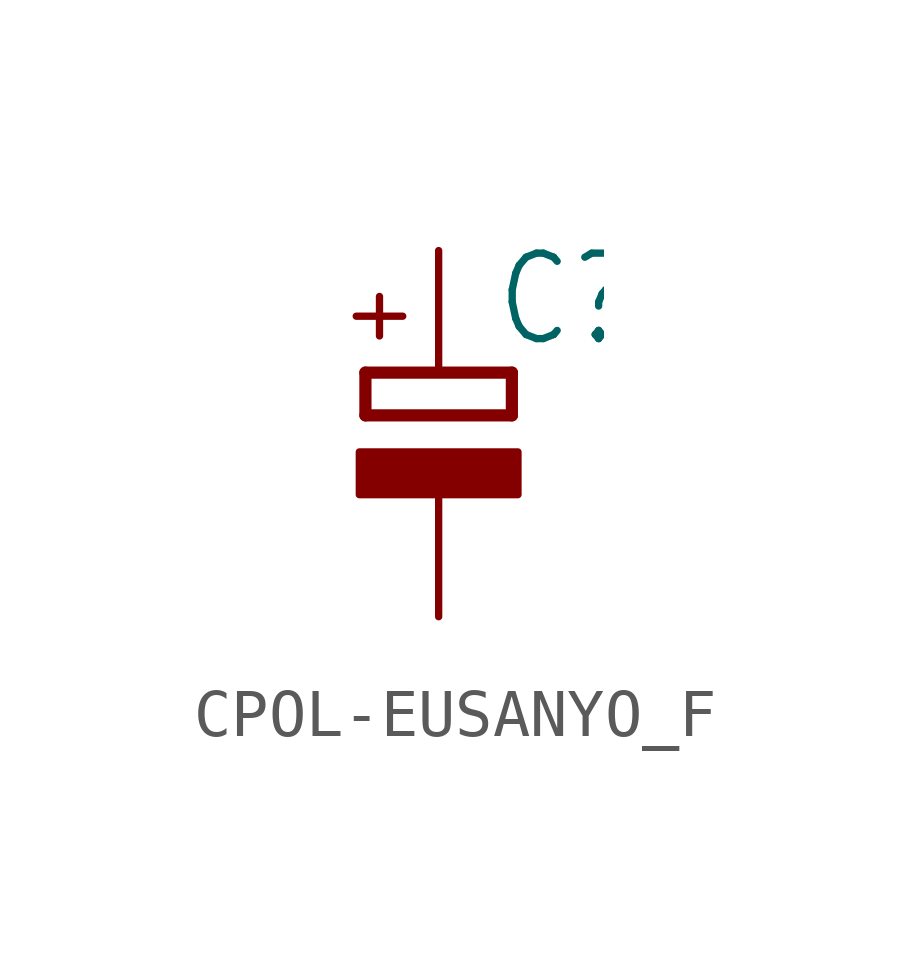
<source format=kicad_sym>
(kicad_symbol_lib
  (version 20241209)
  (generator "kicad_symbol_editor")
  (generator_version "9.0")
  (symbol "CPOL-EUSANYO_F"
    (property "Reference" "C"
      (at 1.143 0.483 0)
      (effects (font (size 1.778 1.511)) (justify left bottom)))
    (property "Value" ""
      (at 1.143 -4.597 0)
      (effects (font (size 1.778 1.511)) (justify left bottom)))
    (property "ki_locked" ""
      (at 0 0 0)
      (effects (font (size 1.27 1.27))))
    (symbol "CPOL-EUSANYO_F_1_0"
      (rectangle (start -1.651 -2.54) (end 1.651 -1.651) (stroke (width 0) (type default)) (fill (type outline)))
      (polyline (pts (xy -1.524 0) (xy -1.524 -0.889)) (stroke (width 0.254) (type solid)) (fill (type none)))
      (polyline (pts (xy -1.524 0) (xy 1.524 0)) (stroke (width 0.254) (type solid)) (fill (type none)))
      (polyline (pts (xy -1.524 -0.889) (xy 1.524 -0.889)) (stroke (width 0.254) (type solid)) (fill (type none)))
      (polyline (pts (xy 1.524 -0.889) (xy 1.524 0)) (stroke (width 0.254) (type solid)) (fill (type none)))
      (text "+" (at -0.584 0.406 900) (effects (font (size 1.27 1.079)) (justify left bottom)))
      (pin passive line (at 0 2.54 270) (length 2.54) (name "+" (effects (font (size 0 0)))) (number "+" (effects (font (size 0 0)))))
      (pin passive line (at 0 -5.08 90) (length 2.54) (name "-" (effects (font (size 0 0)))) (number "-" (effects (font (size 0 0))))))))
</source>
